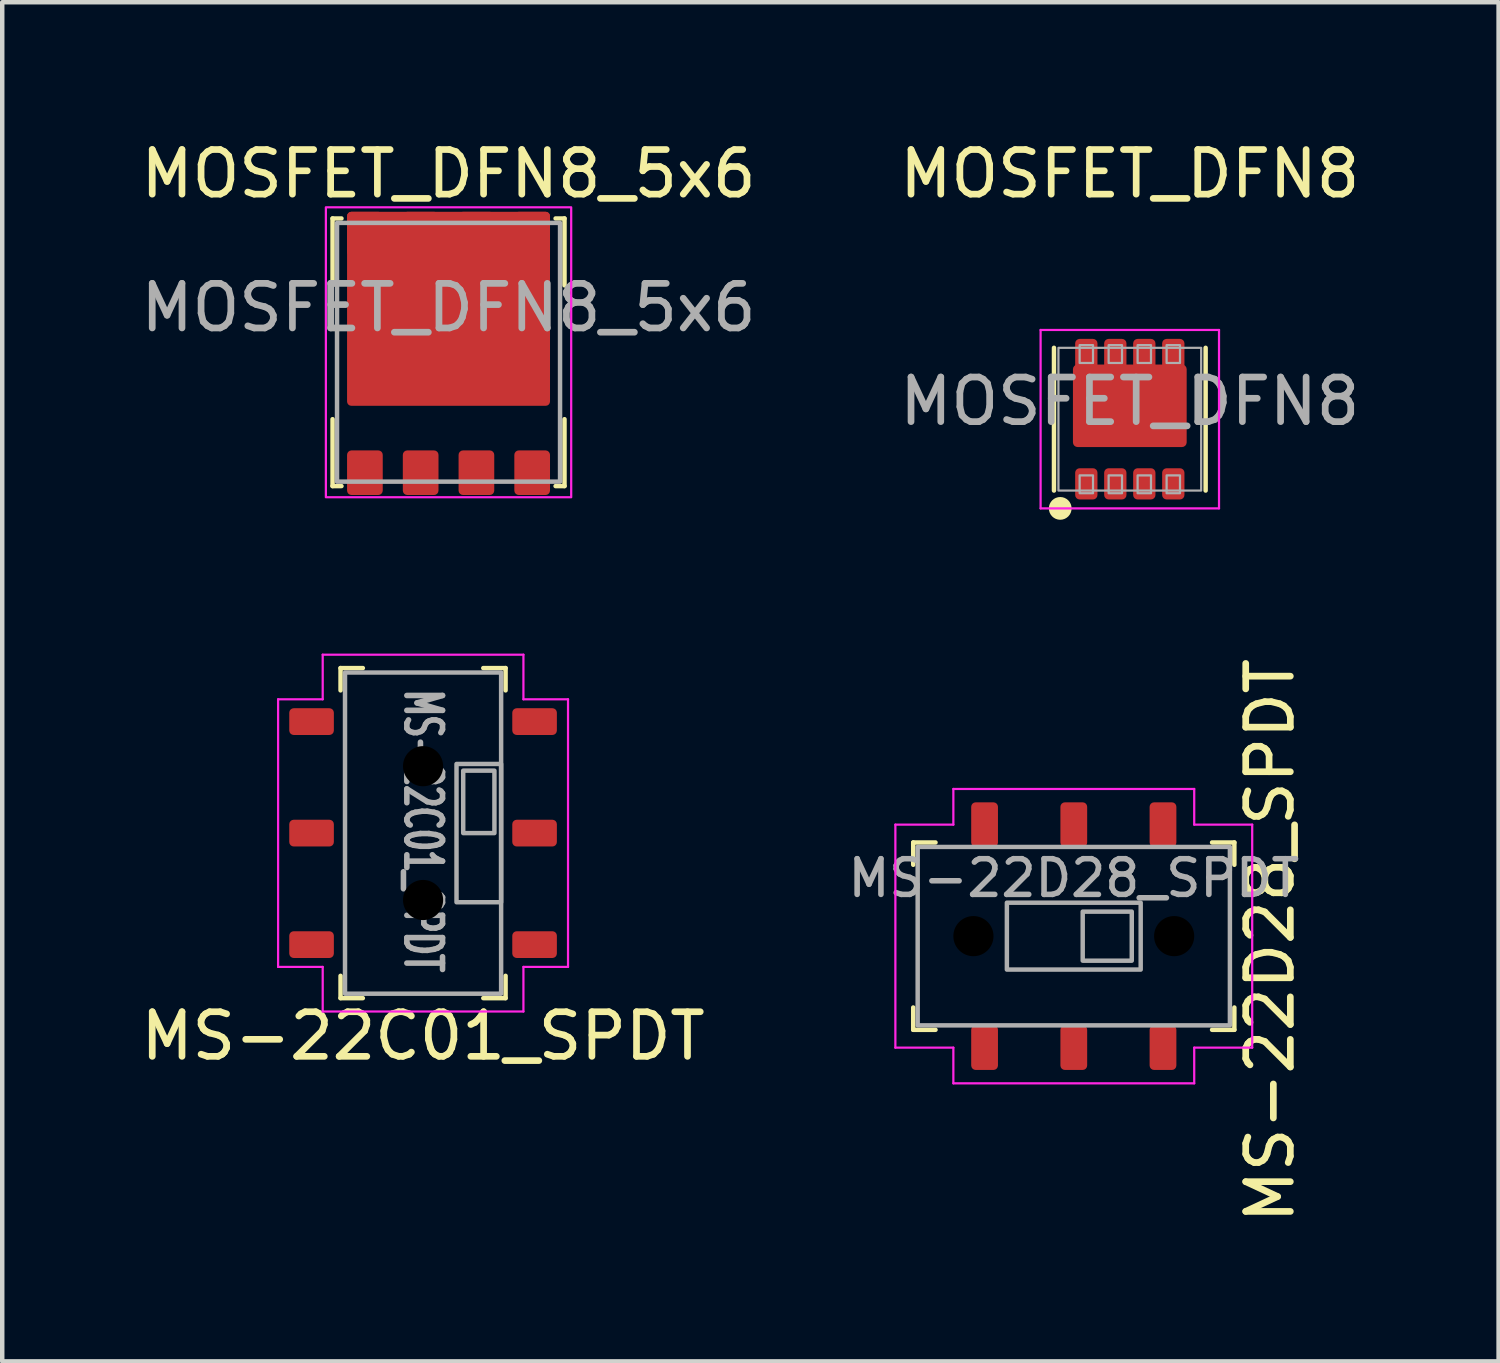
<source format=kicad_pcb>
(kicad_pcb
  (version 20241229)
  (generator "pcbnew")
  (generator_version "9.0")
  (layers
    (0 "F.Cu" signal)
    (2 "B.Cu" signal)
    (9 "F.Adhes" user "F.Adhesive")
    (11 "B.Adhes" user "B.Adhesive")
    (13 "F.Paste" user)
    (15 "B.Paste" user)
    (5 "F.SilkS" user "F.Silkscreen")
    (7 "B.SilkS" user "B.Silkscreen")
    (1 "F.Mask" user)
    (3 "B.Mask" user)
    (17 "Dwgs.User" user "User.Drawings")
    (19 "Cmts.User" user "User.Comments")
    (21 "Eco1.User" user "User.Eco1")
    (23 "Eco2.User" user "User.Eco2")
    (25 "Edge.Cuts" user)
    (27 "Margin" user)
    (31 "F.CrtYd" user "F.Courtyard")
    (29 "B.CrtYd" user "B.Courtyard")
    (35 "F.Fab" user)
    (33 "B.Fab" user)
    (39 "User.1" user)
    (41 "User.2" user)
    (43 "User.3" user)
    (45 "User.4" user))
  (footprint "MS-22D28_SPDT"
    (layer "F.Cu")
    (at 21.024 17.938)
    (property "Reference" "MS-22D28_SPDT" (at 4.4 0.1 90) (unlocked yes) (layer "F.SilkS") (effects (font (size 1 1) (thickness 0.15))))
    (attr smd)
    (fp_line (start -3.6 -2.1) (end -3.6 -1.6) (stroke (width 0.1) (type default)) (layer "F.SilkS"))
    (fp_line (start -3.6 -2.1) (end -3.1 -2.1) (stroke (width 0.1) (type default)) (layer "F.SilkS"))
    (fp_line (start -3.6 2.1) (end -3.6 1.6) (stroke (width 0.1) (type default)) (layer "F.SilkS"))
    (fp_line (start -3.6 2.1) (end -3.1 2.1) (stroke (width 0.1) (type default)) (layer "F.SilkS"))
    (fp_line (start 3.6 -2.1) (end 3.1 -2.1) (stroke (width 0.1) (type default)) (layer "F.SilkS"))
    (fp_line (start 3.6 -2.1) (end 3.6 -1.6) (stroke (width 0.1) (type default)) (layer "F.SilkS"))
    (fp_line (start 3.6 2.1) (end 3.1 2.1) (stroke (width 0.1) (type default)) (layer "F.SilkS"))
    (fp_line (start 3.6 2.1) (end 3.6 1.6) (stroke (width 0.1) (type default)) (layer "F.SilkS"))
    (fp_line (start -4 2.5) (end -4 -2.5) (stroke (width 0.05) (type default)) (layer "F.CrtYd"))
    (fp_line (start -2.7 -3.3) (end -2.7 -2.5) (stroke (width 0.05) (type default)) (layer "F.CrtYd"))
    (fp_line (start -2.7 -2.5) (end -4 -2.5) (stroke (width 0.05) (type default)) (layer "F.CrtYd"))
    (fp_line (start -2.7 2.5) (end -4 2.5) (stroke (width 0.05) (type default)) (layer "F.CrtYd"))
    (fp_line (start -2.7 3.3) (end -2.7 2.5) (stroke (width 0.05) (type default)) (layer "F.CrtYd"))
    (fp_line (start -2.7 3.3) (end 2.7 3.3) (stroke (width 0.05) (type default)) (layer "F.CrtYd"))
    (fp_line (start 2.7 -3.3) (end -2.7 -3.3) (stroke (width 0.05) (type default)) (layer "F.CrtYd"))
    (fp_line (start 2.7 -3.3) (end 2.7 -2.5) (stroke (width 0.05) (type default)) (layer "F.CrtYd"))
    (fp_line (start 2.7 -2.5) (end 4 -2.5) (stroke (width 0.05) (type default)) (layer "F.CrtYd"))
    (fp_line (start 2.7 2.5) (end 4 2.5) (stroke (width 0.05) (type default)) (layer "F.CrtYd"))
    (fp_line (start 2.7 3.3) (end 2.7 2.5) (stroke (width 0.05) (type default)) (layer "F.CrtYd"))
    (fp_line (start 4 -2.5) (end 4 2.5) (stroke (width 0.05) (type default)) (layer "F.CrtYd"))
    (fp_rect (start -3.5 -2) (end 3.5 2) (stroke (width 0.1) (type default)) (fill no) (layer "F.Fab"))
    (fp_rect (start -1.5 -0.75) (end 1.5 0.75) (stroke (width 0.1) (type default)) (fill no) (layer "F.Fab"))
    (fp_rect (start 0.2 -0.55) (end 1.3 0.55) (stroke (width 0.1) (type default)) (fill no) (layer "F.Fab"))
    (fp_text user "${REFERENCE}" (at 0 -1.3 0) (unlocked yes) (layer "F.Fab") (effects (font (size 0.8 0.8) (thickness 0.125))))
    (pad "" np_thru_hole circle (at -2.25 0) (size 1 1) (drill 0.9) (layers "*.Mask"))
    (pad "" np_thru_hole circle (at 2.25 0) (size 1 1) (drill 0.9) (layers "*.Mask"))
    (pad "1" smd roundrect (at -2 -2.5) (size 0.6 1) (layers "F.Cu" "F.Mask" "F.Paste") (roundrect_rratio 0.167))
    (pad "1" smd roundrect (at -2 2.5) (size 0.6 1) (layers "F.Cu" "F.Mask" "F.Paste") (roundrect_rratio 0.167))
    (pad "2" smd roundrect (at 0 -2.5) (size 0.6 1) (layers "F.Cu" "F.Mask" "F.Paste") (roundrect_rratio 0.167))
    (pad "2" smd roundrect (at 0 2.5) (size 0.6 1) (layers "F.Cu" "F.Mask" "F.Paste") (roundrect_rratio 0.167))
    (pad "3" smd roundrect (at 2 -2.5) (size 0.6 1) (layers "F.Cu" "F.Mask" "F.Paste") (roundrect_rratio 0.167))
    (pad "3" smd roundrect (at 2 2.5) (size 0.6 1) (layers "F.Cu" "F.Mask" "F.Paste") (roundrect_rratio 0.167)))
  (footprint "MS-22C01_SPDT"
    (layer "F.Cu")
    (at 6.435 15.628)
    (property "Reference" "MS-22C01_SPDT" (at 0 4.55 0) (unlocked yes) (layer "F.SilkS") (effects (font (size 1 1) (thickness 0.15))))
    (attr smd)
    (fp_line (start -1.85 -3.7) (end -1.85 -3.2) (stroke (width 0.1) (type default)) (layer "F.SilkS"))
    (fp_line (start -1.85 -3.7) (end -1.35 -3.7) (stroke (width 0.1) (type default)) (layer "F.SilkS"))
    (fp_line (start -1.85 3.7) (end -1.85 3.2) (stroke (width 0.1) (type default)) (layer "F.SilkS"))
    (fp_line (start -1.85 3.7) (end -1.35 3.7) (stroke (width 0.1) (type default)) (layer "F.SilkS"))
    (fp_line (start 1.85 -3.7) (end 1.35 -3.7) (stroke (width 0.1) (type default)) (layer "F.SilkS"))
    (fp_line (start 1.85 -3.7) (end 1.85 -3.2) (stroke (width 0.1) (type default)) (layer "F.SilkS"))
    (fp_line (start 1.85 3.7) (end 1.35 3.7) (stroke (width 0.1) (type default)) (layer "F.SilkS"))
    (fp_line (start 1.85 3.7) (end 1.85 3.2) (stroke (width 0.1) (type default)) (layer "F.SilkS"))
    (fp_line (start -3.25 -3) (end -3.25 3) (stroke (width 0.05) (type default)) (layer "F.CrtYd"))
    (fp_line (start -3.25 -3) (end -2.25 -3) (stroke (width 0.05) (type default)) (layer "F.CrtYd"))
    (fp_line (start -3.25 3) (end -2.25 3) (stroke (width 0.05) (type default)) (layer "F.CrtYd"))
    (fp_line (start -2.25 -4) (end 2.25 -4) (stroke (width 0.05) (type default)) (layer "F.CrtYd"))
    (fp_line (start -2.25 -3) (end -2.25 -4) (stroke (width 0.05) (type default)) (layer "F.CrtYd"))
    (fp_line (start -2.25 3) (end -2.25 4) (stroke (width 0.05) (type default)) (layer "F.CrtYd"))
    (fp_line (start 2.25 -3) (end 2.25 -4) (stroke (width 0.05) (type default)) (layer "F.CrtYd"))
    (fp_line (start 2.25 3) (end 2.25 4) (stroke (width 0.05) (type default)) (layer "F.CrtYd"))
    (fp_line (start 2.25 4) (end -2.25 4) (stroke (width 0.05) (type default)) (layer "F.CrtYd"))
    (fp_line (start 3.25 -3) (end 2.25 -3) (stroke (width 0.05) (type default)) (layer "F.CrtYd"))
    (fp_line (start 3.25 3) (end 2.25 3) (stroke (width 0.05) (type default)) (layer "F.CrtYd"))
    (fp_line (start 3.25 3) (end 3.25 -3) (stroke (width 0.05) (type default)) (layer "F.CrtYd"))
    (fp_rect (start 0.75 -1.55) (end 1.75 1.55) (stroke (width 0.1) (type default)) (fill no) (layer "F.Fab"))
    (fp_rect (start 0.9 -1.4) (end 1.6 0) (stroke (width 0.1) (type default)) (fill no) (layer "F.Fab"))
    (fp_rect (start 1.75 -3.6) (end -1.75 3.6) (stroke (width 0.1) (type default)) (fill no) (layer "F.Fab"))
    (fp_text user "${REFERENCE}" (at 0 -0.05 270) (unlocked yes) (layer "F.Fab") (effects (font (size 0.8 0.5) (thickness 0.125))))
    (pad "" np_thru_hole circle (at 0 -1.5 270) (size 1 1) (drill 0.9) (layers "*.Mask"))
    (pad "" np_thru_hole circle (at 0 1.5 270) (size 1 1) (drill 0.9) (layers "*.Mask"))
    (pad "1" smd roundrect (at -2.5 -2.5 270) (size 0.6 1) (layers "F.Cu" "F.Mask" "F.Paste") (roundrect_rratio 0.167))
    (pad "1" smd roundrect (at 2.5 -2.5 270) (size 0.6 1) (layers "F.Cu" "F.Mask" "F.Paste") (roundrect_rratio 0.167))
    (pad "2" smd roundrect (at -2.5 0 270) (size 0.6 1) (layers "F.Cu" "F.Mask" "F.Paste") (roundrect_rratio 0.167))
    (pad "2" smd roundrect (at 2.5 0 270) (size 0.6 1) (layers "F.Cu" "F.Mask" "F.Paste") (roundrect_rratio 0.167))
    (pad "3" smd roundrect (at -2.5 2.5 270) (size 0.6 1) (layers "F.Cu" "F.Mask" "F.Paste") (roundrect_rratio 0.167))
    (pad "3" smd roundrect (at 2.5 2.5 270) (size 0.6 1) (layers "F.Cu" "F.Mask" "F.Paste") (roundrect_rratio 0.167)))
  (footprint "MOSFET_DFN8"
    (layer "F.Cu")
    (at 22.28 6.348)
    (property "Reference" "MOSFET_DFN8" (at 0 -5.5 0) (layer "F.SilkS") (effects (font (size 1 1) (thickness 0.15))))
    (attr smd)
    (fp_line (start -1.7 1.6) (end -1.7 -1.6) (stroke (width 0.1) (type default)) (layer "F.SilkS"))
    (fp_line (start 1.7 1.6) (end 1.7 -1.6) (stroke (width 0.1) (type default)) (layer "F.SilkS"))
    (fp_circle (center -1.56 2) (end -1.43 2) (stroke (width 0.25) (type solid)) (fill no) (layer "F.SilkS"))
    (fp_rect (start -1.125 -0.85) (end 1.125 0.475) (stroke (width 0.1) (type solid)) (fill yes) (layer "F.Paste"))
    (fp_line (start -2 -2) (end -2 2) (stroke (width 0.05) (type default)) (layer "F.CrtYd"))
    (fp_line (start 2 -2) (end -2 -2) (stroke (width 0.05) (type default)) (layer "F.CrtYd"))
    (fp_line (start 2 2) (end -2 2) (stroke (width 0.05) (type default)) (layer "F.CrtYd"))
    (fp_line (start 2 2) (end 2 -2) (stroke (width 0.05) (type default)) (layer "F.CrtYd"))
    (fp_rect (start -1.6 -1.6) (end 1.6 1.6) (stroke (width 0.05) (type default)) (fill no) (layer "F.Fab"))
    (fp_rect (start -1.125 1.26) (end -0.825 1.66) (stroke (width 0.05) (type default)) (fill no) (layer "F.Fab"))
    (fp_rect (start -0.825 -1.26) (end -1.125 -1.66) (stroke (width 0.05) (type default)) (fill no) (layer "F.Fab"))
    (fp_rect (start -0.475 1.26) (end -0.175 1.66) (stroke (width 0.05) (type default)) (fill no) (layer "F.Fab"))
    (fp_rect (start -0.175 -1.26) (end -0.475 -1.66) (stroke (width 0.05) (type default)) (fill no) (layer "F.Fab"))
    (fp_rect (start 0.175 1.26) (end 0.475 1.66) (stroke (width 0.05) (type default)) (fill no) (layer "F.Fab"))
    (fp_rect (start 0.475 -1.26) (end 0.175 -1.66) (stroke (width 0.05) (type default)) (fill no) (layer "F.Fab"))
    (fp_rect (start 0.825 1.26) (end 1.125 1.66) (stroke (width 0.05) (type default)) (fill no) (layer "F.Fab"))
    (fp_rect (start 1.125 -1.26) (end 0.825 -1.66) (stroke (width 0.05) (type default)) (fill no) (layer "F.Fab"))
    (fp_text user "${REFERENCE}" (at 0 -0.4 0) (layer "F.Fab") (effects (font (size 1 1) (thickness 0.15))))
    (pad "1" smd roundrect (at -0.975 1.45) (size 0.5 0.7) (layers "F.Cu" "F.Mask" "F.Paste") (roundrect_rratio 0.2))
    (pad "2" smd roundrect (at -0.325 1.45) (size 0.5 0.7) (layers "F.Cu" "F.Mask" "F.Paste") (roundrect_rratio 0.2))
    (pad "3" smd roundrect (at 0.325 1.45) (size 0.5 0.7) (layers "F.Cu" "F.Mask" "F.Paste") (roundrect_rratio 0.2))
    (pad "4" smd roundrect (at 0.975 1.45) (size 0.5 0.7) (layers "F.Cu" "F.Mask" "F.Paste") (roundrect_rratio 0.2))
    (pad "5" smd roundrect (at 0.975 -1.45) (size 0.5 0.7) (layers "F.Cu" "F.Mask" "F.Paste") (roundrect_rratio 0.2))
    (pad "6" smd roundrect (at 0.325 -1.45) (size 0.5 0.7) (layers "F.Cu" "F.Mask" "F.Paste") (roundrect_rratio 0.2))
    (pad "7" smd roundrect (at -0.325 -1.45) (size 0.5 0.7) (layers "F.Cu" "F.Mask" "F.Paste") (roundrect_rratio 0.2))
    (pad "8" smd roundrect (at -0.975 -1.45) (size 0.5 0.7) (layers "F.Cu" "F.Mask" "F.Paste") (roundrect_rratio 0.2))
    (pad "8" smd roundrect (at 0 -0.3) (size 2.55 1.85) (layers "F.Cu" "F.Mask") (roundrect_rratio 0.057)))
  (footprint "MOSFET_DFN8_5x6"
    (layer "F.Cu")
    (at 7.006 4.848)
    (property "Reference" "MOSFET_DFN8_5x6" (at 0 -4 0) (layer "F.SilkS") (effects (font (size 1 1) (thickness 0.15))))
    (attr smd)
    (fp_rect (start -2.175 -2.45) (end 2.175 1.1) (stroke (width 0.1) (type solid)) (fill yes) (layer "F.Mask"))
    (fp_line (start -2.6 -3) (end -2.6 -1.5) (stroke (width 0.1) (type default)) (layer "F.SilkS"))
    (fp_line (start -2.6 3) (end -2.6 1.5) (stroke (width 0.1) (type default)) (layer "F.SilkS"))
    (fp_line (start -2.4 -3) (end -2.6 -3) (stroke (width 0.1) (type default)) (layer "F.SilkS"))
    (fp_line (start -2.4 3) (end -2.6 3) (stroke (width 0.1) (type default)) (layer "F.SilkS"))
    (fp_line (start 2.4 -3) (end 2.6 -3) (stroke (width 0.1) (type default)) (layer "F.SilkS"))
    (fp_line (start 2.4 3) (end 2.6 3) (stroke (width 0.1) (type default)) (layer "F.SilkS"))
    (fp_line (start 2.6 -3) (end 2.6 -1.5) (stroke (width 0.1) (type default)) (layer "F.SilkS"))
    (fp_line (start 2.6 3) (end 2.6 1.5) (stroke (width 0.1) (type default)) (layer "F.SilkS"))
    (fp_rect (start -1.95 -1.85) (end 1.95 0.85) (stroke (width 0.1) (type solid)) (fill yes) (layer "F.Paste"))
    (fp_rect (start 2.75 -3.25) (end -2.75 3.25) (stroke (width 0.05) (type default)) (fill no) (layer "F.CrtYd"))
    (fp_rect (start -2.5 -2.9) (end 2.5 2.9) (stroke (width 0.1) (type default)) (fill no) (layer "F.Fab"))
    (fp_text user "${REFERENCE}" (at 0 -1 0) (layer "F.Fab") (effects (font (size 1 1) (thickness 0.15))))
    (pad "1" smd roundrect (at -1.875 2.7) (size 0.8 1) (layers "F.Cu" "F.Mask" "F.Paste") (roundrect_rratio 0.125))
    (pad "2" smd roundrect (at -0.625 2.7) (size 0.8 1) (layers "F.Cu" "F.Mask" "F.Paste") (roundrect_rratio 0.125))
    (pad "3" smd roundrect (at 0.625 2.7) (size 0.8 1) (layers "F.Cu" "F.Mask" "F.Paste") (roundrect_rratio 0.125))
    (pad "4" smd roundrect (at 1.875 2.7) (size 0.8 1) (layers "F.Cu" "F.Mask" "F.Paste") (roundrect_rratio 0.125))
    (pad "5" smd roundrect (at 1.875 -2.65) (size 0.8 1) (layers "F.Cu" "F.Mask" "F.Paste") (roundrect_rratio 0.125))
    (pad "6" smd roundrect (at 0.625 -2.65) (size 0.8 1) (layers "F.Cu" "F.Mask" "F.Paste") (roundrect_rratio 0.125))
    (pad "7" smd roundrect (at -0.625 -2.65) (size 0.8 1) (layers "F.Cu" "F.Mask" "F.Paste") (roundrect_rratio 0.125))
    (pad "8" smd roundrect (at -1.875 -2.65) (size 0.8 1) (layers "F.Cu" "F.Mask" "F.Paste") (roundrect_rratio 0.125))
    (pad "8" smd roundrect (at 0 -0.975) (size 4.55 4.35) (layers "F.Cu") (roundrect_rratio 0.022)))
  (gr_rect
    (start -3 -3)
    (end 30.548 27.472)
    (stroke (width 0.1) (type default))
    (fill no)
    (layer "Edge.Cuts")))
</source>
